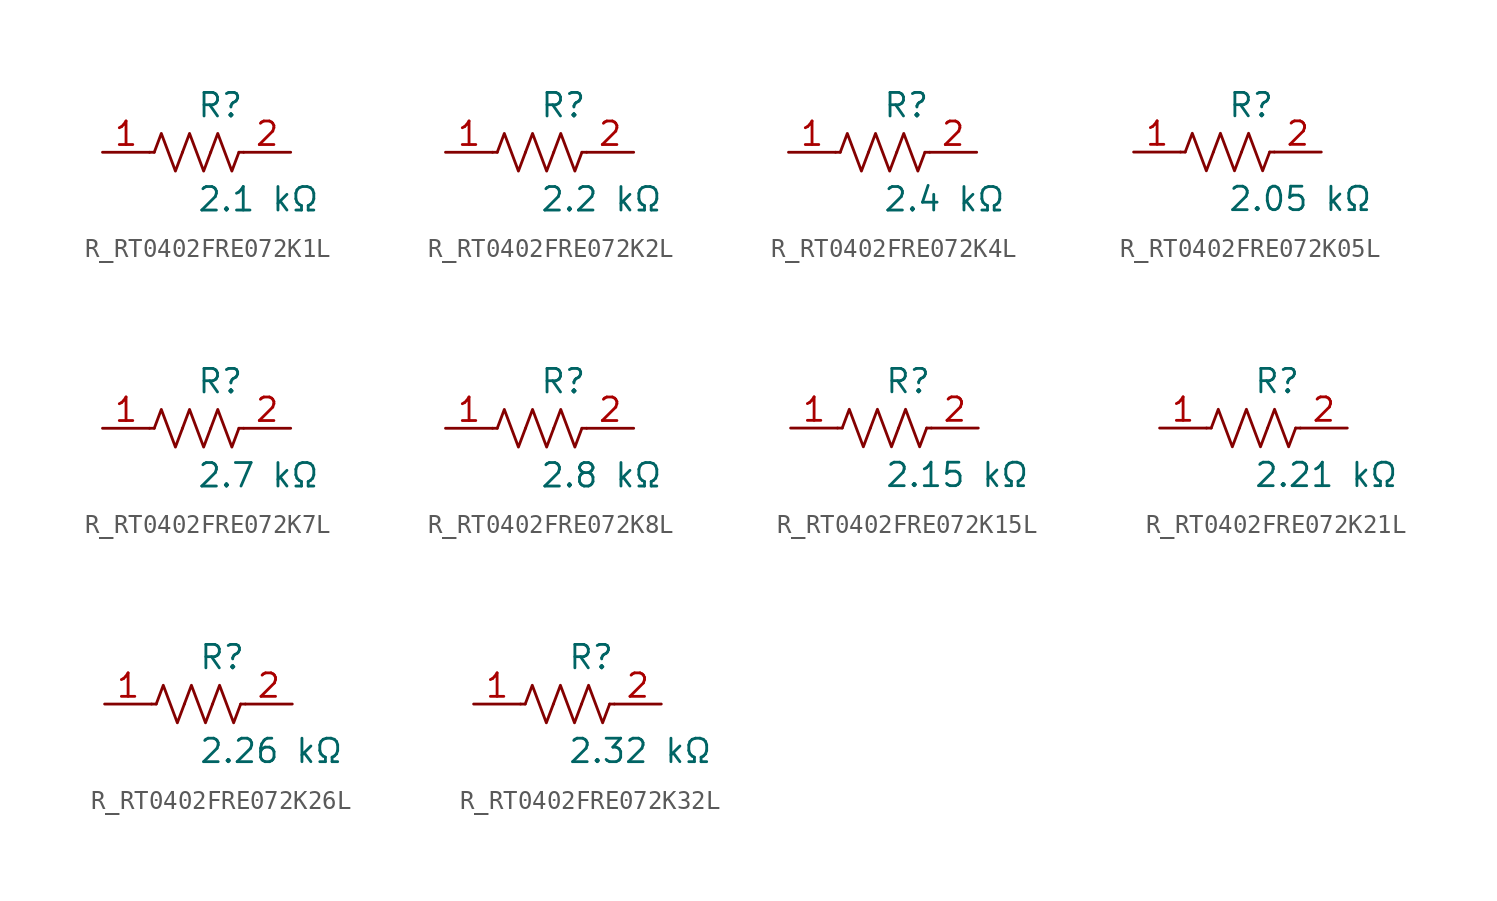
<source format=kicad_sym>
(kicad_symbol_lib
  (version 20231120)
  (generator kicad_symbol_editor)
  (generator_version 8.0)
  (symbol "R_RT0402FRE072K1L"
    (pin_names
      (offset 0.254))
    (property "Reference" "R"
      (at 0.0 2.54 0)
      (effects (font (size 1.27 1.27)) (justify left)))
    (property "Value" "2.1 kΩ"
      (at 0.0 -2.54 0)
      (effects (font (size 1.27 1.27)) (justify left)))
    (symbol "R_RT0402FRE072K1L_0_1"
      (polyline (pts (xy 2.286 0) (xy 2.54 0)) (stroke (width 0) (type default)) (fill (type none)))
      (polyline (pts (xy -2.286 0) (xy -2.54 0)) (stroke (width 0) (type default)) (fill (type none)))
      (polyline (pts (xy 0.762 0) (xy 1.143 1.016) (xy 1.524 0) (xy 1.905 -1.016) (xy 2.286 0)) (stroke (width 0) (type default)) (fill (type none)))
      (polyline (pts (xy -0.762 0) (xy -0.381 1.016) (xy 0 0) (xy 0.381 -1.016) (xy 0.762 0)) (stroke (width 0) (type default)) (fill (type none)))
      (polyline (pts (xy -2.286 0) (xy -1.905 1.016) (xy -1.524 0) (xy -1.143 -1.016) (xy -0.762 0)) (stroke (width 0) (type default)) (fill (type none))))
    (pin unspecified line
      (at -5.08 0 0)
      (length 2.54)
      (name "" (effects (font (size 1.27 1.27))))
      (number "1" (effects (font (size 1.27 1.27)))))
    (pin unspecified line
      (at 5.08 0 180)
      (length 2.54)
      (name "" (effects (font (size 1.27 1.27))))
      (number "2" (effects (font (size 1.27 1.27))))))
  (symbol "R_RT0402FRE072K2L"
    (pin_names
      (offset 0.254))
    (property "Reference" "R"
      (at 0.0 2.54 0)
      (effects (font (size 1.27 1.27)) (justify left)))
    (property "Value" "2.2 kΩ"
      (at 0.0 -2.54 0)
      (effects (font (size 1.27 1.27)) (justify left)))
    (symbol "R_RT0402FRE072K2L_0_1"
      (polyline (pts (xy 2.286 0) (xy 2.54 0)) (stroke (width 0) (type default)) (fill (type none)))
      (polyline (pts (xy -2.286 0) (xy -2.54 0)) (stroke (width 0) (type default)) (fill (type none)))
      (polyline (pts (xy 0.762 0) (xy 1.143 1.016) (xy 1.524 0) (xy 1.905 -1.016) (xy 2.286 0)) (stroke (width 0) (type default)) (fill (type none)))
      (polyline (pts (xy -0.762 0) (xy -0.381 1.016) (xy 0 0) (xy 0.381 -1.016) (xy 0.762 0)) (stroke (width 0) (type default)) (fill (type none)))
      (polyline (pts (xy -2.286 0) (xy -1.905 1.016) (xy -1.524 0) (xy -1.143 -1.016) (xy -0.762 0)) (stroke (width 0) (type default)) (fill (type none))))
    (pin unspecified line
      (at -5.08 0 0)
      (length 2.54)
      (name "" (effects (font (size 1.27 1.27))))
      (number "1" (effects (font (size 1.27 1.27)))))
    (pin unspecified line
      (at 5.08 0 180)
      (length 2.54)
      (name "" (effects (font (size 1.27 1.27))))
      (number "2" (effects (font (size 1.27 1.27))))))
  (symbol "R_RT0402FRE072K4L"
    (pin_names
      (offset 0.254))
    (property "Reference" "R"
      (at 0.0 2.54 0)
      (effects (font (size 1.27 1.27)) (justify left)))
    (property "Value" "2.4 kΩ"
      (at 0.0 -2.54 0)
      (effects (font (size 1.27 1.27)) (justify left)))
    (symbol "R_RT0402FRE072K4L_0_1"
      (polyline (pts (xy 2.286 0) (xy 2.54 0)) (stroke (width 0) (type default)) (fill (type none)))
      (polyline (pts (xy -2.286 0) (xy -2.54 0)) (stroke (width 0) (type default)) (fill (type none)))
      (polyline (pts (xy 0.762 0) (xy 1.143 1.016) (xy 1.524 0) (xy 1.905 -1.016) (xy 2.286 0)) (stroke (width 0) (type default)) (fill (type none)))
      (polyline (pts (xy -0.762 0) (xy -0.381 1.016) (xy 0 0) (xy 0.381 -1.016) (xy 0.762 0)) (stroke (width 0) (type default)) (fill (type none)))
      (polyline (pts (xy -2.286 0) (xy -1.905 1.016) (xy -1.524 0) (xy -1.143 -1.016) (xy -0.762 0)) (stroke (width 0) (type default)) (fill (type none))))
    (pin unspecified line
      (at -5.08 0 0)
      (length 2.54)
      (name "" (effects (font (size 1.27 1.27))))
      (number "1" (effects (font (size 1.27 1.27)))))
    (pin unspecified line
      (at 5.08 0 180)
      (length 2.54)
      (name "" (effects (font (size 1.27 1.27))))
      (number "2" (effects (font (size 1.27 1.27))))))
  (symbol "R_RT0402FRE072K05L"
    (pin_names
      (offset 0.254))
    (property "Reference" "R"
      (at 0.0 2.54 0)
      (effects (font (size 1.27 1.27)) (justify left)))
    (property "Value" "2.05 kΩ"
      (at 0.0 -2.54 0)
      (effects (font (size 1.27 1.27)) (justify left)))
    (symbol "R_RT0402FRE072K05L_0_1"
      (polyline (pts (xy 2.286 0) (xy 2.54 0)) (stroke (width 0) (type default)) (fill (type none)))
      (polyline (pts (xy -2.286 0) (xy -2.54 0)) (stroke (width 0) (type default)) (fill (type none)))
      (polyline (pts (xy 0.762 0) (xy 1.143 1.016) (xy 1.524 0) (xy 1.905 -1.016) (xy 2.286 0)) (stroke (width 0) (type default)) (fill (type none)))
      (polyline (pts (xy -0.762 0) (xy -0.381 1.016) (xy 0 0) (xy 0.381 -1.016) (xy 0.762 0)) (stroke (width 0) (type default)) (fill (type none)))
      (polyline (pts (xy -2.286 0) (xy -1.905 1.016) (xy -1.524 0) (xy -1.143 -1.016) (xy -0.762 0)) (stroke (width 0) (type default)) (fill (type none))))
    (pin unspecified line
      (at -5.08 0 0)
      (length 2.54)
      (name "" (effects (font (size 1.27 1.27))))
      (number "1" (effects (font (size 1.27 1.27)))))
    (pin unspecified line
      (at 5.08 0 180)
      (length 2.54)
      (name "" (effects (font (size 1.27 1.27))))
      (number "2" (effects (font (size 1.27 1.27))))))
  (symbol "R_RT0402FRE072K7L"
    (pin_names
      (offset 0.254))
    (property "Reference" "R"
      (at 0.0 2.54 0)
      (effects (font (size 1.27 1.27)) (justify left)))
    (property "Value" "2.7 kΩ"
      (at 0.0 -2.54 0)
      (effects (font (size 1.27 1.27)) (justify left)))
    (symbol "R_RT0402FRE072K7L_0_1"
      (polyline (pts (xy 2.286 0) (xy 2.54 0)) (stroke (width 0) (type default)) (fill (type none)))
      (polyline (pts (xy -2.286 0) (xy -2.54 0)) (stroke (width 0) (type default)) (fill (type none)))
      (polyline (pts (xy 0.762 0) (xy 1.143 1.016) (xy 1.524 0) (xy 1.905 -1.016) (xy 2.286 0)) (stroke (width 0) (type default)) (fill (type none)))
      (polyline (pts (xy -0.762 0) (xy -0.381 1.016) (xy 0 0) (xy 0.381 -1.016) (xy 0.762 0)) (stroke (width 0) (type default)) (fill (type none)))
      (polyline (pts (xy -2.286 0) (xy -1.905 1.016) (xy -1.524 0) (xy -1.143 -1.016) (xy -0.762 0)) (stroke (width 0) (type default)) (fill (type none))))
    (pin unspecified line
      (at -5.08 0 0)
      (length 2.54)
      (name "" (effects (font (size 1.27 1.27))))
      (number "1" (effects (font (size 1.27 1.27)))))
    (pin unspecified line
      (at 5.08 0 180)
      (length 2.54)
      (name "" (effects (font (size 1.27 1.27))))
      (number "2" (effects (font (size 1.27 1.27))))))
  (symbol "R_RT0402FRE072K8L"
    (pin_names
      (offset 0.254))
    (property "Reference" "R"
      (at 0.0 2.54 0)
      (effects (font (size 1.27 1.27)) (justify left)))
    (property "Value" "2.8 kΩ"
      (at 0.0 -2.54 0)
      (effects (font (size 1.27 1.27)) (justify left)))
    (symbol "R_RT0402FRE072K8L_0_1"
      (polyline (pts (xy 2.286 0) (xy 2.54 0)) (stroke (width 0) (type default)) (fill (type none)))
      (polyline (pts (xy -2.286 0) (xy -2.54 0)) (stroke (width 0) (type default)) (fill (type none)))
      (polyline (pts (xy 0.762 0) (xy 1.143 1.016) (xy 1.524 0) (xy 1.905 -1.016) (xy 2.286 0)) (stroke (width 0) (type default)) (fill (type none)))
      (polyline (pts (xy -0.762 0) (xy -0.381 1.016) (xy 0 0) (xy 0.381 -1.016) (xy 0.762 0)) (stroke (width 0) (type default)) (fill (type none)))
      (polyline (pts (xy -2.286 0) (xy -1.905 1.016) (xy -1.524 0) (xy -1.143 -1.016) (xy -0.762 0)) (stroke (width 0) (type default)) (fill (type none))))
    (pin unspecified line
      (at -5.08 0 0)
      (length 2.54)
      (name "" (effects (font (size 1.27 1.27))))
      (number "1" (effects (font (size 1.27 1.27)))))
    (pin unspecified line
      (at 5.08 0 180)
      (length 2.54)
      (name "" (effects (font (size 1.27 1.27))))
      (number "2" (effects (font (size 1.27 1.27))))))
  (symbol "R_RT0402FRE072K15L"
    (pin_names
      (offset 0.254))
    (property "Reference" "R"
      (at 0.0 2.54 0)
      (effects (font (size 1.27 1.27)) (justify left)))
    (property "Value" "2.15 kΩ"
      (at 0.0 -2.54 0)
      (effects (font (size 1.27 1.27)) (justify left)))
    (symbol "R_RT0402FRE072K15L_0_1"
      (polyline (pts (xy 2.286 0) (xy 2.54 0)) (stroke (width 0) (type default)) (fill (type none)))
      (polyline (pts (xy -2.286 0) (xy -2.54 0)) (stroke (width 0) (type default)) (fill (type none)))
      (polyline (pts (xy 0.762 0) (xy 1.143 1.016) (xy 1.524 0) (xy 1.905 -1.016) (xy 2.286 0)) (stroke (width 0) (type default)) (fill (type none)))
      (polyline (pts (xy -0.762 0) (xy -0.381 1.016) (xy 0 0) (xy 0.381 -1.016) (xy 0.762 0)) (stroke (width 0) (type default)) (fill (type none)))
      (polyline (pts (xy -2.286 0) (xy -1.905 1.016) (xy -1.524 0) (xy -1.143 -1.016) (xy -0.762 0)) (stroke (width 0) (type default)) (fill (type none))))
    (pin unspecified line
      (at -5.08 0 0)
      (length 2.54)
      (name "" (effects (font (size 1.27 1.27))))
      (number "1" (effects (font (size 1.27 1.27)))))
    (pin unspecified line
      (at 5.08 0 180)
      (length 2.54)
      (name "" (effects (font (size 1.27 1.27))))
      (number "2" (effects (font (size 1.27 1.27))))))
  (symbol "R_RT0402FRE072K21L"
    (pin_names
      (offset 0.254))
    (property "Reference" "R"
      (at 0.0 2.54 0)
      (effects (font (size 1.27 1.27)) (justify left)))
    (property "Value" "2.21 kΩ"
      (at 0.0 -2.54 0)
      (effects (font (size 1.27 1.27)) (justify left)))
    (symbol "R_RT0402FRE072K21L_0_1"
      (polyline (pts (xy 2.286 0) (xy 2.54 0)) (stroke (width 0) (type default)) (fill (type none)))
      (polyline (pts (xy -2.286 0) (xy -2.54 0)) (stroke (width 0) (type default)) (fill (type none)))
      (polyline (pts (xy 0.762 0) (xy 1.143 1.016) (xy 1.524 0) (xy 1.905 -1.016) (xy 2.286 0)) (stroke (width 0) (type default)) (fill (type none)))
      (polyline (pts (xy -0.762 0) (xy -0.381 1.016) (xy 0 0) (xy 0.381 -1.016) (xy 0.762 0)) (stroke (width 0) (type default)) (fill (type none)))
      (polyline (pts (xy -2.286 0) (xy -1.905 1.016) (xy -1.524 0) (xy -1.143 -1.016) (xy -0.762 0)) (stroke (width 0) (type default)) (fill (type none))))
    (pin unspecified line
      (at -5.08 0 0)
      (length 2.54)
      (name "" (effects (font (size 1.27 1.27))))
      (number "1" (effects (font (size 1.27 1.27)))))
    (pin unspecified line
      (at 5.08 0 180)
      (length 2.54)
      (name "" (effects (font (size 1.27 1.27))))
      (number "2" (effects (font (size 1.27 1.27))))))
  (symbol "R_RT0402FRE072K26L"
    (pin_names
      (offset 0.254))
    (property "Reference" "R"
      (at 0.0 2.54 0)
      (effects (font (size 1.27 1.27)) (justify left)))
    (property "Value" "2.26 kΩ"
      (at 0.0 -2.54 0)
      (effects (font (size 1.27 1.27)) (justify left)))
    (symbol "R_RT0402FRE072K26L_0_1"
      (polyline (pts (xy 2.286 0) (xy 2.54 0)) (stroke (width 0) (type default)) (fill (type none)))
      (polyline (pts (xy -2.286 0) (xy -2.54 0)) (stroke (width 0) (type default)) (fill (type none)))
      (polyline (pts (xy 0.762 0) (xy 1.143 1.016) (xy 1.524 0) (xy 1.905 -1.016) (xy 2.286 0)) (stroke (width 0) (type default)) (fill (type none)))
      (polyline (pts (xy -0.762 0) (xy -0.381 1.016) (xy 0 0) (xy 0.381 -1.016) (xy 0.762 0)) (stroke (width 0) (type default)) (fill (type none)))
      (polyline (pts (xy -2.286 0) (xy -1.905 1.016) (xy -1.524 0) (xy -1.143 -1.016) (xy -0.762 0)) (stroke (width 0) (type default)) (fill (type none))))
    (pin unspecified line
      (at -5.08 0 0)
      (length 2.54)
      (name "" (effects (font (size 1.27 1.27))))
      (number "1" (effects (font (size 1.27 1.27)))))
    (pin unspecified line
      (at 5.08 0 180)
      (length 2.54)
      (name "" (effects (font (size 1.27 1.27))))
      (number "2" (effects (font (size 1.27 1.27))))))
  (symbol "R_RT0402FRE072K32L"
    (pin_names
      (offset 0.254))
    (property "Reference" "R"
      (at 0.0 2.54 0)
      (effects (font (size 1.27 1.27)) (justify left)))
    (property "Value" "2.32 kΩ"
      (at 0.0 -2.54 0)
      (effects (font (size 1.27 1.27)) (justify left)))
    (symbol "R_RT0402FRE072K32L_0_1"
      (polyline (pts (xy 2.286 0) (xy 2.54 0)) (stroke (width 0) (type default)) (fill (type none)))
      (polyline (pts (xy -2.286 0) (xy -2.54 0)) (stroke (width 0) (type default)) (fill (type none)))
      (polyline (pts (xy 0.762 0) (xy 1.143 1.016) (xy 1.524 0) (xy 1.905 -1.016) (xy 2.286 0)) (stroke (width 0) (type default)) (fill (type none)))
      (polyline (pts (xy -0.762 0) (xy -0.381 1.016) (xy 0 0) (xy 0.381 -1.016) (xy 0.762 0)) (stroke (width 0) (type default)) (fill (type none)))
      (polyline (pts (xy -2.286 0) (xy -1.905 1.016) (xy -1.524 0) (xy -1.143 -1.016) (xy -0.762 0)) (stroke (width 0) (type default)) (fill (type none))))
    (pin unspecified line
      (at -5.08 0 0)
      (length 2.54)
      (name "" (effects (font (size 1.27 1.27))))
      (number "1" (effects (font (size 1.27 1.27)))))
    (pin unspecified line
      (at 5.08 0 180)
      (length 2.54)
      (name "" (effects (font (size 1.27 1.27))))
      (number "2" (effects (font (size 1.27 1.27)))))))
</source>
